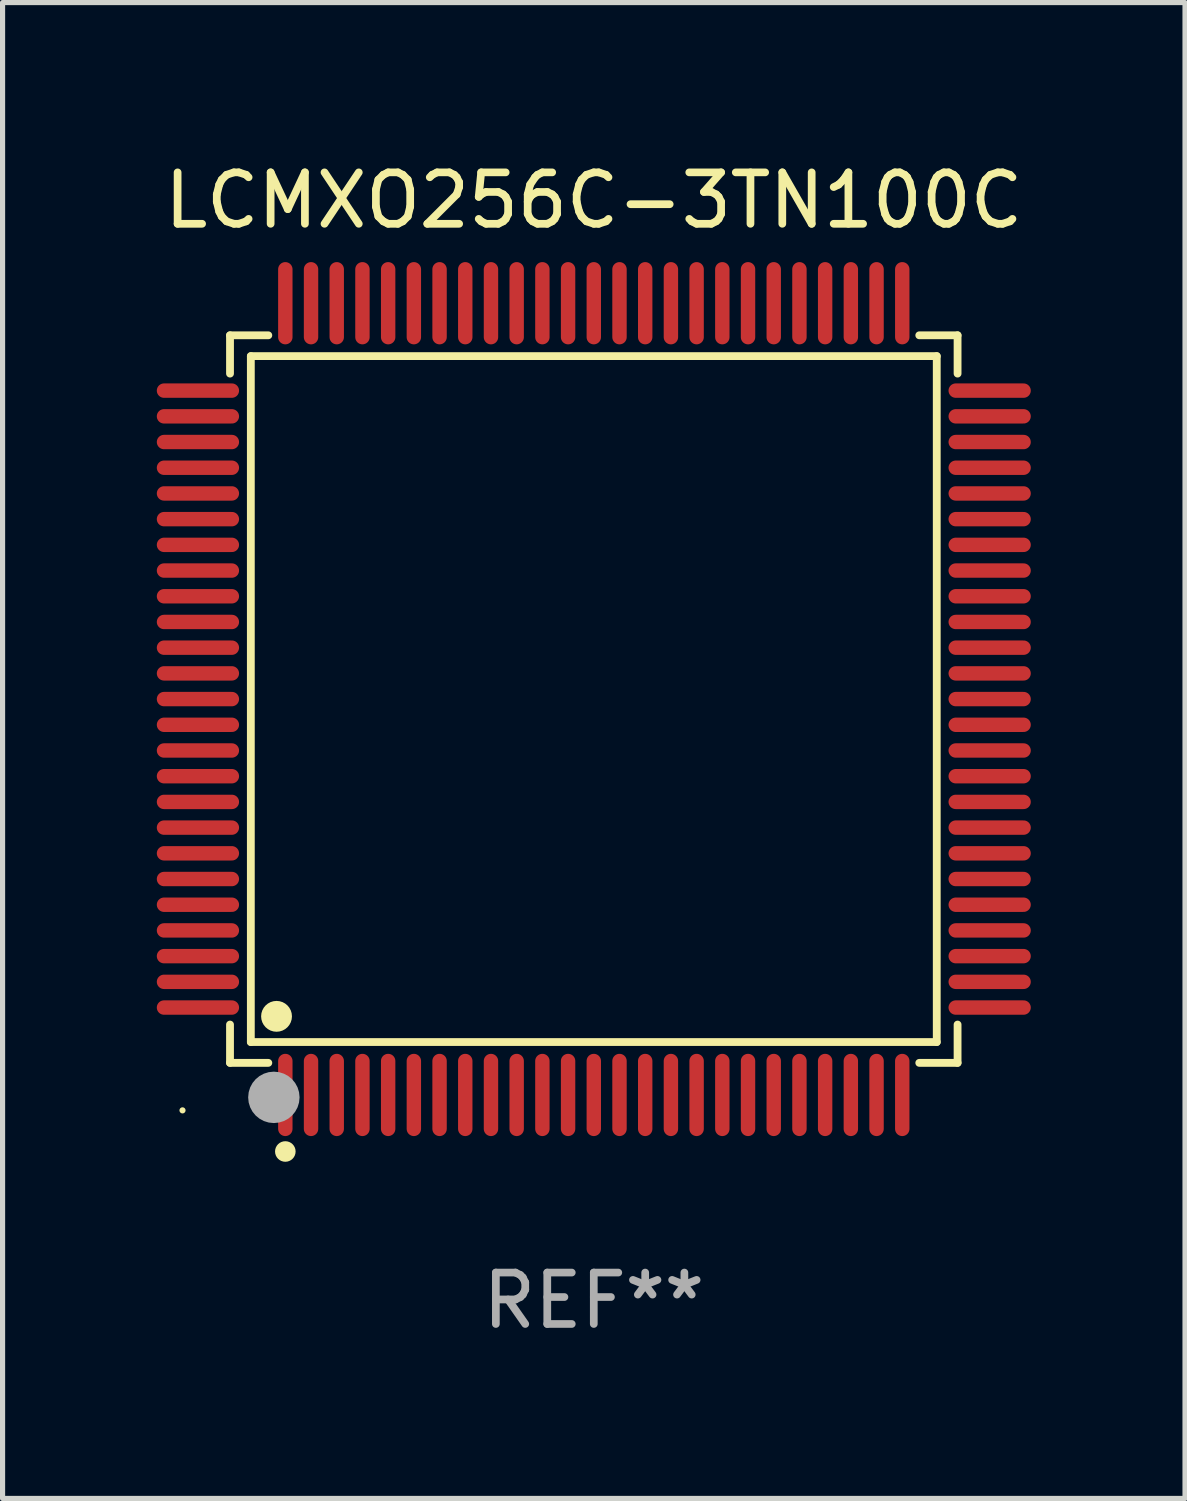
<source format=kicad_pcb>
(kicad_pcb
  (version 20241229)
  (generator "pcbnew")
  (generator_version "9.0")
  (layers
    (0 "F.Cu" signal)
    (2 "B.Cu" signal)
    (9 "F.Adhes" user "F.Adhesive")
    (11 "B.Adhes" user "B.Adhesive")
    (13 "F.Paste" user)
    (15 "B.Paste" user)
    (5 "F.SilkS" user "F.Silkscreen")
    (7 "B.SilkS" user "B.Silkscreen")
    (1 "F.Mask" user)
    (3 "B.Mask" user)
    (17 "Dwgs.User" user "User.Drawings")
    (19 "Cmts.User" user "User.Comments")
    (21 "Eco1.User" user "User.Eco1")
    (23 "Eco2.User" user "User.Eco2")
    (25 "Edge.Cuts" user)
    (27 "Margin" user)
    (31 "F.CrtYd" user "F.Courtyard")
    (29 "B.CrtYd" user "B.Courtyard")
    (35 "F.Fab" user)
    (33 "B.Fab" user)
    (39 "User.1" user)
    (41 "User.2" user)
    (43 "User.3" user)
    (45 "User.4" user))
  (footprint "LCMXO256C-3TN100C"
    (layer "F.Cu")
    (at 8.5 10.548)
    (property "Reference" "LCMXO256C-3TN100C" (at 0 -9.7 0) (layer "F.SilkS") (effects (font (size 1 1) (thickness 0.15))))
    (attr through_hole)
    (fp_line (start -7.076 -7.076) (end -6.331 -7.076) (stroke (width 0.152) (type solid)) (layer "F.SilkS"))
    (fp_line (start -7.076 -6.331) (end -7.076 -7.076) (stroke (width 0.152) (type solid)) (layer "F.SilkS"))
    (fp_line (start -7.076 6.331) (end -7.076 7.076) (stroke (width 0.152) (type solid)) (layer "F.SilkS"))
    (fp_line (start -7.076 7.076) (end -6.331 7.076) (stroke (width 0.152) (type solid)) (layer "F.SilkS"))
    (fp_line (start -6.671 -6.671) (end 6.671 -6.671) (stroke (width 0.152) (type solid)) (layer "F.SilkS"))
    (fp_line (start -6.671 6.671) (end -6.671 -6.671) (stroke (width 0.152) (type solid)) (layer "F.SilkS"))
    (fp_line (start 6.671 -6.671) (end 6.671 6.671) (stroke (width 0.152) (type solid)) (layer "F.SilkS"))
    (fp_line (start 6.671 6.671) (end -6.671 6.671) (stroke (width 0.152) (type solid)) (layer "F.SilkS"))
    (fp_line (start 7.076 -7.076) (end 6.331 -7.076) (stroke (width 0.152) (type solid)) (layer "F.SilkS"))
    (fp_line (start 7.076 -6.331) (end 7.076 -7.076) (stroke (width 0.152) (type solid)) (layer "F.SilkS"))
    (fp_line (start 7.076 6.331) (end 7.076 7.076) (stroke (width 0.152) (type solid)) (layer "F.SilkS"))
    (fp_line (start 7.076 7.076) (end 6.331 7.076) (stroke (width 0.152) (type solid)) (layer "F.SilkS"))
    (fp_circle (center -8 8) (end -7.97 8) (stroke (width 0.06) (type solid)) (fill no) (layer "F.SilkS"))
    (fp_circle (center -6.171 6.171) (end -6.021 6.171) (stroke (width 0.3) (type solid)) (fill no) (layer "F.SilkS"))
    (fp_circle (center -6 8.8) (end -5.9 8.8) (stroke (width 0.2) (type solid)) (fill no) (layer "F.SilkS"))
    (fp_circle (center -6.223 7.747) (end -5.973 7.747) (stroke (width 0.5) (type solid)) (fill no) (layer "F.Fab"))
    (fp_text user "REF**" (at 0 11.7 0) (layer "F.Fab") (effects (font (size 1 1) (thickness 0.15))))
    (pad "1" smd oval (at -6 7.7) (size 0.28 1.6) (layers "F.Cu" "F.Mask" "F.Paste"))
    (pad "2" smd oval (at -5.5 7.7) (size 0.28 1.6) (layers "F.Cu" "F.Mask" "F.Paste"))
    (pad "3" smd oval (at -5 7.7) (size 0.28 1.6) (layers "F.Cu" "F.Mask" "F.Paste"))
    (pad "4" smd oval (at -4.5 7.7) (size 0.28 1.6) (layers "F.Cu" "F.Mask" "F.Paste"))
    (pad "5" smd oval (at -4 7.7) (size 0.28 1.6) (layers "F.Cu" "F.Mask" "F.Paste"))
    (pad "6" smd oval (at -3.5 7.7) (size 0.28 1.6) (layers "F.Cu" "F.Mask" "F.Paste"))
    (pad "7" smd oval (at -3 7.7) (size 0.28 1.6) (layers "F.Cu" "F.Mask" "F.Paste"))
    (pad "8" smd oval (at -2.5 7.7) (size 0.28 1.6) (layers "F.Cu" "F.Mask" "F.Paste"))
    (pad "9" smd oval (at -2 7.7) (size 0.28 1.6) (layers "F.Cu" "F.Mask" "F.Paste"))
    (pad "10" smd oval (at -1.5 7.7) (size 0.28 1.6) (layers "F.Cu" "F.Mask" "F.Paste"))
    (pad "11" smd oval (at -1 7.7) (size 0.28 1.6) (layers "F.Cu" "F.Mask" "F.Paste"))
    (pad "12" smd oval (at -0.5 7.7) (size 0.28 1.6) (layers "F.Cu" "F.Mask" "F.Paste"))
    (pad "13" smd oval (at 0 7.7) (size 0.28 1.6) (layers "F.Cu" "F.Mask" "F.Paste"))
    (pad "14" smd oval (at 0.5 7.7) (size 0.28 1.6) (layers "F.Cu" "F.Mask" "F.Paste"))
    (pad "15" smd oval (at 1 7.7) (size 0.28 1.6) (layers "F.Cu" "F.Mask" "F.Paste"))
    (pad "16" smd oval (at 1.5 7.7) (size 0.28 1.6) (layers "F.Cu" "F.Mask" "F.Paste"))
    (pad "17" smd oval (at 2 7.7) (size 0.28 1.6) (layers "F.Cu" "F.Mask" "F.Paste"))
    (pad "18" smd oval (at 2.5 7.7) (size 0.28 1.6) (layers "F.Cu" "F.Mask" "F.Paste"))
    (pad "19" smd oval (at 3 7.7) (size 0.28 1.6) (layers "F.Cu" "F.Mask" "F.Paste"))
    (pad "20" smd oval (at 3.5 7.7) (size 0.28 1.6) (layers "F.Cu" "F.Mask" "F.Paste"))
    (pad "21" smd oval (at 4 7.7) (size 0.28 1.6) (layers "F.Cu" "F.Mask" "F.Paste"))
    (pad "22" smd oval (at 4.5 7.7) (size 0.28 1.6) (layers "F.Cu" "F.Mask" "F.Paste"))
    (pad "23" smd oval (at 5 7.7) (size 0.28 1.6) (layers "F.Cu" "F.Mask" "F.Paste"))
    (pad "24" smd oval (at 5.5 7.7) (size 0.28 1.6) (layers "F.Cu" "F.Mask" "F.Paste"))
    (pad "25" smd oval (at 6 7.7) (size 0.28 1.6) (layers "F.Cu" "F.Mask" "F.Paste"))
    (pad "26" smd oval (at 7.7 6) (size 1.6 0.28) (layers "F.Cu" "F.Mask" "F.Paste"))
    (pad "27" smd oval (at 7.7 5.5) (size 1.6 0.28) (layers "F.Cu" "F.Mask" "F.Paste"))
    (pad "28" smd oval (at 7.7 5) (size 1.6 0.28) (layers "F.Cu" "F.Mask" "F.Paste"))
    (pad "29" smd oval (at 7.7 4.5) (size 1.6 0.28) (layers "F.Cu" "F.Mask" "F.Paste"))
    (pad "30" smd oval (at 7.7 4) (size 1.6 0.28) (layers "F.Cu" "F.Mask" "F.Paste"))
    (pad "31" smd oval (at 7.7 3.5) (size 1.6 0.28) (layers "F.Cu" "F.Mask" "F.Paste"))
    (pad "32" smd oval (at 7.7 3) (size 1.6 0.28) (layers "F.Cu" "F.Mask" "F.Paste"))
    (pad "33" smd oval (at 7.7 2.5) (size 1.6 0.28) (layers "F.Cu" "F.Mask" "F.Paste"))
    (pad "34" smd oval (at 7.7 2) (size 1.6 0.28) (layers "F.Cu" "F.Mask" "F.Paste"))
    (pad "35" smd oval (at 7.7 1.5) (size 1.6 0.28) (layers "F.Cu" "F.Mask" "F.Paste"))
    (pad "36" smd oval (at 7.7 1) (size 1.6 0.28) (layers "F.Cu" "F.Mask" "F.Paste"))
    (pad "37" smd oval (at 7.7 0.5) (size 1.6 0.28) (layers "F.Cu" "F.Mask" "F.Paste"))
    (pad "38" smd oval (at 7.7 0) (size 1.6 0.28) (layers "F.Cu" "F.Mask" "F.Paste"))
    (pad "39" smd oval (at 7.7 -0.5) (size 1.6 0.28) (layers "F.Cu" "F.Mask" "F.Paste"))
    (pad "40" smd oval (at 7.7 -1) (size 1.6 0.28) (layers "F.Cu" "F.Mask" "F.Paste"))
    (pad "41" smd oval (at 7.7 -1.5) (size 1.6 0.28) (layers "F.Cu" "F.Mask" "F.Paste"))
    (pad "42" smd oval (at 7.7 -2) (size 1.6 0.28) (layers "F.Cu" "F.Mask" "F.Paste"))
    (pad "43" smd oval (at 7.7 -2.5) (size 1.6 0.28) (layers "F.Cu" "F.Mask" "F.Paste"))
    (pad "44" smd oval (at 7.7 -3) (size 1.6 0.28) (layers "F.Cu" "F.Mask" "F.Paste"))
    (pad "45" smd oval (at 7.7 -3.5) (size 1.6 0.28) (layers "F.Cu" "F.Mask" "F.Paste"))
    (pad "46" smd oval (at 7.7 -4) (size 1.6 0.28) (layers "F.Cu" "F.Mask" "F.Paste"))
    (pad "47" smd oval (at 7.7 -4.5) (size 1.6 0.28) (layers "F.Cu" "F.Mask" "F.Paste"))
    (pad "48" smd oval (at 7.7 -5) (size 1.6 0.28) (layers "F.Cu" "F.Mask" "F.Paste"))
    (pad "49" smd oval (at 7.7 -5.5) (size 1.6 0.28) (layers "F.Cu" "F.Mask" "F.Paste"))
    (pad "50" smd oval (at 7.7 -6) (size 1.6 0.28) (layers "F.Cu" "F.Mask" "F.Paste"))
    (pad "51" smd oval (at 6 -7.7) (size 0.28 1.6) (layers "F.Cu" "F.Mask" "F.Paste"))
    (pad "52" smd oval (at 5.5 -7.7) (size 0.28 1.6) (layers "F.Cu" "F.Mask" "F.Paste"))
    (pad "53" smd oval (at 5 -7.7) (size 0.28 1.6) (layers "F.Cu" "F.Mask" "F.Paste"))
    (pad "54" smd oval (at 4.5 -7.7) (size 0.28 1.6) (layers "F.Cu" "F.Mask" "F.Paste"))
    (pad "55" smd oval (at 4 -7.7) (size 0.28 1.6) (layers "F.Cu" "F.Mask" "F.Paste"))
    (pad "56" smd oval (at 3.5 -7.7) (size 0.28 1.6) (layers "F.Cu" "F.Mask" "F.Paste"))
    (pad "57" smd oval (at 3 -7.7) (size 0.28 1.6) (layers "F.Cu" "F.Mask" "F.Paste"))
    (pad "58" smd oval (at 2.5 -7.7) (size 0.28 1.6) (layers "F.Cu" "F.Mask" "F.Paste"))
    (pad "59" smd oval (at 2 -7.7) (size 0.28 1.6) (layers "F.Cu" "F.Mask" "F.Paste"))
    (pad "60" smd oval (at 1.5 -7.7) (size 0.28 1.6) (layers "F.Cu" "F.Mask" "F.Paste"))
    (pad "61" smd oval (at 1 -7.7) (size 0.28 1.6) (layers "F.Cu" "F.Mask" "F.Paste"))
    (pad "62" smd oval (at 0.5 -7.7) (size 0.28 1.6) (layers "F.Cu" "F.Mask" "F.Paste"))
    (pad "63" smd oval (at 0 -7.7) (size 0.28 1.6) (layers "F.Cu" "F.Mask" "F.Paste"))
    (pad "64" smd oval (at -0.5 -7.7) (size 0.28 1.6) (layers "F.Cu" "F.Mask" "F.Paste"))
    (pad "65" smd oval (at -1 -7.7) (size 0.28 1.6) (layers "F.Cu" "F.Mask" "F.Paste"))
    (pad "66" smd oval (at -1.5 -7.7) (size 0.28 1.6) (layers "F.Cu" "F.Mask" "F.Paste"))
    (pad "67" smd oval (at -2 -7.7) (size 0.28 1.6) (layers "F.Cu" "F.Mask" "F.Paste"))
    (pad "68" smd oval (at -2.5 -7.7) (size 0.28 1.6) (layers "F.Cu" "F.Mask" "F.Paste"))
    (pad "69" smd oval (at -3 -7.7) (size 0.28 1.6) (layers "F.Cu" "F.Mask" "F.Paste"))
    (pad "70" smd oval (at -3.5 -7.7) (size 0.28 1.6) (layers "F.Cu" "F.Mask" "F.Paste"))
    (pad "71" smd oval (at -4 -7.7) (size 0.28 1.6) (layers "F.Cu" "F.Mask" "F.Paste"))
    (pad "72" smd oval (at -4.5 -7.7) (size 0.28 1.6) (layers "F.Cu" "F.Mask" "F.Paste"))
    (pad "73" smd oval (at -5 -7.7) (size 0.28 1.6) (layers "F.Cu" "F.Mask" "F.Paste"))
    (pad "74" smd oval (at -5.5 -7.7) (size 0.28 1.6) (layers "F.Cu" "F.Mask" "F.Paste"))
    (pad "75" smd oval (at -6 -7.7) (size 0.28 1.6) (layers "F.Cu" "F.Mask" "F.Paste"))
    (pad "76" smd oval (at -7.7 -6) (size 1.6 0.28) (layers "F.Cu" "F.Mask" "F.Paste"))
    (pad "77" smd oval (at -7.7 -5.5) (size 1.6 0.28) (layers "F.Cu" "F.Mask" "F.Paste"))
    (pad "78" smd oval (at -7.7 -5) (size 1.6 0.28) (layers "F.Cu" "F.Mask" "F.Paste"))
    (pad "79" smd oval (at -7.7 -4.5) (size 1.6 0.28) (layers "F.Cu" "F.Mask" "F.Paste"))
    (pad "80" smd oval (at -7.7 -4) (size 1.6 0.28) (layers "F.Cu" "F.Mask" "F.Paste"))
    (pad "81" smd oval (at -7.7 -3.5) (size 1.6 0.28) (layers "F.Cu" "F.Mask" "F.Paste"))
    (pad "82" smd oval (at -7.7 -3) (size 1.6 0.28) (layers "F.Cu" "F.Mask" "F.Paste"))
    (pad "83" smd oval (at -7.7 -2.5) (size 1.6 0.28) (layers "F.Cu" "F.Mask" "F.Paste"))
    (pad "84" smd oval (at -7.7 -2) (size 1.6 0.28) (layers "F.Cu" "F.Mask" "F.Paste"))
    (pad "85" smd oval (at -7.7 -1.5) (size 1.6 0.28) (layers "F.Cu" "F.Mask" "F.Paste"))
    (pad "86" smd oval (at -7.7 -1) (size 1.6 0.28) (layers "F.Cu" "F.Mask" "F.Paste"))
    (pad "87" smd oval (at -7.7 -0.5) (size 1.6 0.28) (layers "F.Cu" "F.Mask" "F.Paste"))
    (pad "88" smd oval (at -7.7 0) (size 1.6 0.28) (layers "F.Cu" "F.Mask" "F.Paste"))
    (pad "89" smd oval (at -7.7 0.5) (size 1.6 0.28) (layers "F.Cu" "F.Mask" "F.Paste"))
    (pad "90" smd oval (at -7.7 1) (size 1.6 0.28) (layers "F.Cu" "F.Mask" "F.Paste"))
    (pad "91" smd oval (at -7.7 1.5) (size 1.6 0.28) (layers "F.Cu" "F.Mask" "F.Paste"))
    (pad "92" smd oval (at -7.7 2) (size 1.6 0.28) (layers "F.Cu" "F.Mask" "F.Paste"))
    (pad "93" smd oval (at -7.7 2.5) (size 1.6 0.28) (layers "F.Cu" "F.Mask" "F.Paste"))
    (pad "94" smd oval (at -7.7 3) (size 1.6 0.28) (layers "F.Cu" "F.Mask" "F.Paste"))
    (pad "95" smd oval (at -7.7 3.5) (size 1.6 0.28) (layers "F.Cu" "F.Mask" "F.Paste"))
    (pad "96" smd oval (at -7.7 4) (size 1.6 0.28) (layers "F.Cu" "F.Mask" "F.Paste"))
    (pad "97" smd oval (at -7.7 4.5) (size 1.6 0.28) (layers "F.Cu" "F.Mask" "F.Paste"))
    (pad "98" smd oval (at -7.7 5) (size 1.6 0.28) (layers "F.Cu" "F.Mask" "F.Paste"))
    (pad "99" smd oval (at -7.7 5.5) (size 1.6 0.28) (layers "F.Cu" "F.Mask" "F.Paste"))
    (pad "100" smd oval (at -7.7 6) (size 1.6 0.28) (layers "F.Cu" "F.Mask" "F.Paste")))
  (gr_rect
    (start -3 -3)
    (end 20 26.097)
    (stroke (width 0.1) (type default))
    (fill no)
    (layer "Edge.Cuts")))
</source>
